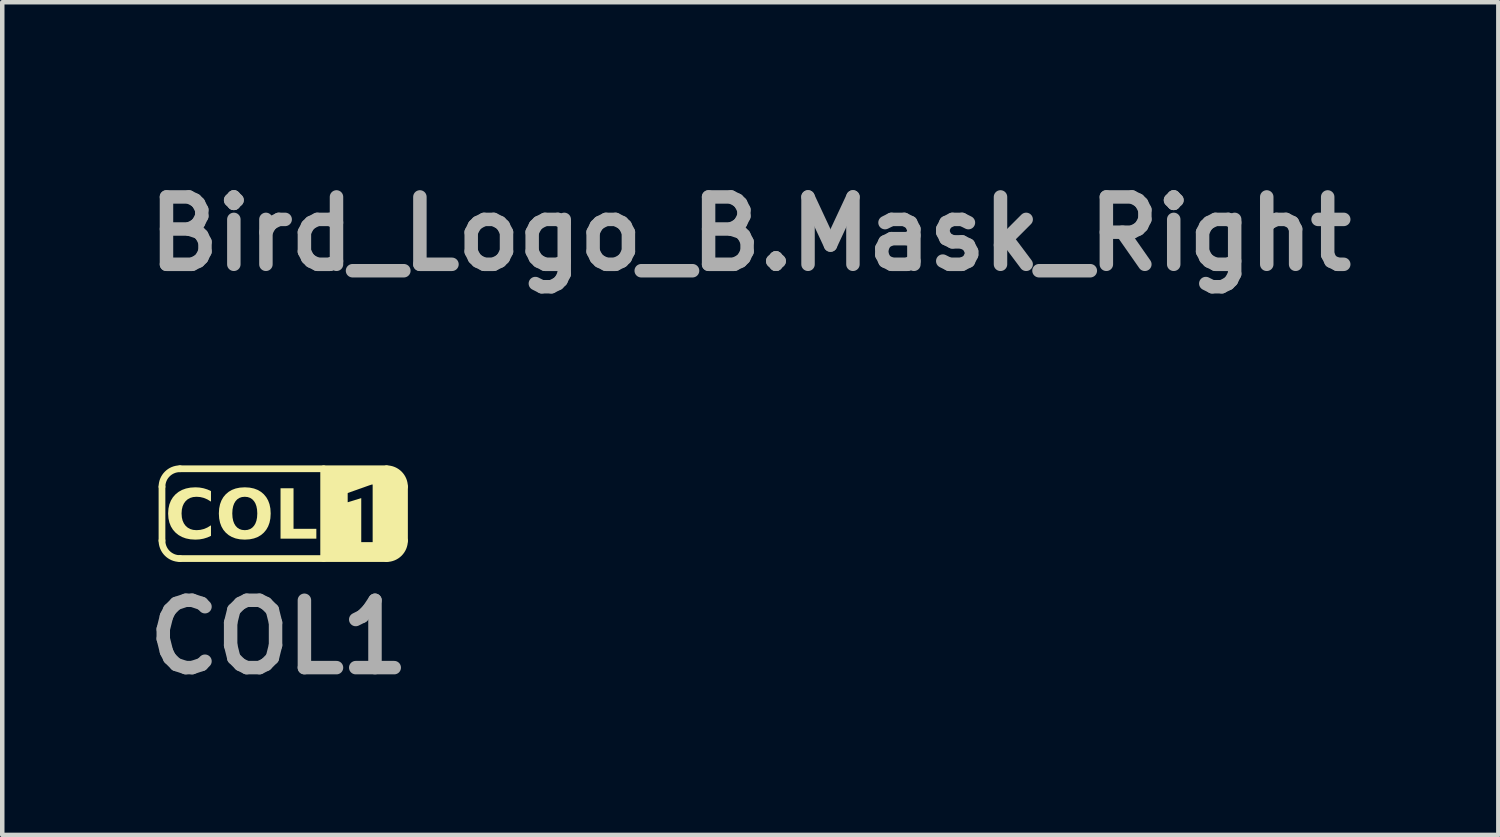
<source format=kicad_pcb>
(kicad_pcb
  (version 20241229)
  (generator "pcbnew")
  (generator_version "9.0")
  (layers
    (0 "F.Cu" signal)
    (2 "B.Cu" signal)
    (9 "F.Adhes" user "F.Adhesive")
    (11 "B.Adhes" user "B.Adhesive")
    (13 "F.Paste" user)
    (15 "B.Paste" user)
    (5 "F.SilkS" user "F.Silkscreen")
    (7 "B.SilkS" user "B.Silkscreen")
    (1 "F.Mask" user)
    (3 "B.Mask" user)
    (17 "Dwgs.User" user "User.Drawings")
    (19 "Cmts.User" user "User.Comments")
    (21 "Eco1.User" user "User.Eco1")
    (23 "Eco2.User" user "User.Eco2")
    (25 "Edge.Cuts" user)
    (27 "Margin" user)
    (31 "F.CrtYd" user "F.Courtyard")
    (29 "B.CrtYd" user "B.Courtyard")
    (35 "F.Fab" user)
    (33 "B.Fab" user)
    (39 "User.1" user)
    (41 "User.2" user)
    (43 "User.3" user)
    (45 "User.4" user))
  (footprint "COL1"
    (layer "F.Cu")
    (at 3.257 8.388)
    (property "Reference" "COL1" (at -0.1 2.75 0) (layer "F.Fab") (effects (font (size 1.5 1.5) (thickness 0.3))))
    (attr board_only exclude_from_pos_files exclude_from_bom)
    (fp_line (start -2.7 -0.6) (end -2.7 0.6) (stroke (width 0.15) (type default)) (layer "F.SilkS"))
    (fp_line (start -2.3 -1) (end 2.3 -1) (stroke (width 0.15) (type default)) (layer "F.SilkS"))
    (fp_line (start -2.3 1) (end 2.3 1) (stroke (width 0.15) (type default)) (layer "F.SilkS"))
    (fp_line (start 0.9 -1) (end 0.9 1) (stroke (width 0.15) (type default)) (layer "F.SilkS"))
    (fp_line (start 2.7 -0.6) (end 2.7 0.6) (stroke (width 0.15) (type default)) (layer "F.SilkS"))
    (fp_arc (start -2.7 -0.6) (mid -2.582843 -0.882843) (end -2.3 -1) (stroke (width 0.15) (type default)) (layer "F.SilkS"))
    (fp_arc (start -2.3 1) (mid -2.582843 0.882843) (end -2.7 0.6) (stroke (width 0.15) (type default)) (layer "F.SilkS"))
    (fp_arc (start 2.3 -1) (mid 2.582843 -0.882843) (end 2.7 -0.6) (stroke (width 0.15) (type default)) (layer "F.SilkS"))
    (fp_arc (start 2.7 0.6) (mid 2.582843 0.882843) (end 2.3 1) (stroke (width 0.15) (type default)) (layer "F.SilkS"))
    (fp_poly (pts (xy 2.583 -0.883) (xy 2.7 -0.6) (xy 2.7 0) (xy 2.7 0.6) (xy 2.583 0.883) (xy 2.3 1) (xy 1.782 1) (xy 0.9 1) (xy 0.9 0) (xy 0.9 -0.356) (xy 1.435 -0.356) (xy 1.435 -0.336) (xy 1.435 -0.318) (xy 1.435 -0.301) (xy 1.435 -0.286) (xy 1.435 -0.274) (xy 1.435 -0.264) (xy 1.436 -0.258) (xy 1.436 -0.254) (xy 1.436 -0.254) (xy 1.438 -0.254) (xy 1.443 -0.256) (xy 1.451 -0.258) (xy 1.462 -0.262) (xy 1.475 -0.266) (xy 1.49 -0.27) (xy 1.508 -0.276) (xy 1.527 -0.281) (xy 1.547 -0.288) (xy 1.568 -0.294) (xy 1.583 -0.299) (xy 1.606 -0.306) (xy 1.627 -0.312) (xy 1.647 -0.318) (xy 1.665 -0.324) (xy 1.682 -0.329) (xy 1.697 -0.334) (xy 1.71 -0.338) (xy 1.72 -0.341) (xy 1.727 -0.343) (xy 1.732 -0.345) (xy 1.733 -0.345) (xy 1.737 -0.346) (xy 1.737 0.144) (xy 1.737 0.634) (xy 1.864 0.634) (xy 1.991 0.634) (xy 1.991 -0.007) (xy 1.991 -0.648) (xy 1.978 -0.648) (xy 1.976 -0.648) (xy 1.974 -0.648) (xy 1.972 -0.648) (xy 1.969 -0.647) (xy 1.966 -0.646) (xy 1.962 -0.645) (xy 1.957 -0.644) (xy 1.951 -0.642) (xy 1.943 -0.639) (xy 1.935 -0.636) (xy 1.924 -0.633) (xy 1.912 -0.629) (xy 1.898 -0.624) (xy 1.882 -0.618) (xy 1.863 -0.612) (xy 1.842 -0.604) (xy 1.819 -0.596) (xy 1.792 -0.586) (xy 1.763 -0.576) (xy 1.731 -0.564) (xy 1.703 -0.555) (xy 1.673 -0.544) (xy 1.645 -0.534) (xy 1.617 -0.524) (xy 1.591 -0.515) (xy 1.566 -0.506) (xy 1.543 -0.497) (xy 1.521 -0.49) (xy 1.502 -0.483) (xy 1.485 -0.477) (xy 1.47 -0.471) (xy 1.458 -0.467) (xy 1.448 -0.464) (xy 1.442 -0.461) (xy 1.438 -0.46) (xy 1.438 -0.46) (xy 1.437 -0.459) (xy 1.437 -0.458) (xy 1.436 -0.457) (xy 1.436 -0.454) (xy 1.435 -0.45) (xy 1.435 -0.444) (xy 1.435 -0.437) (xy 1.435 -0.427) (xy 1.435 -0.415) (xy 1.435 -0.4) (xy 1.435 -0.382) (xy 1.435 -0.361) (xy 1.435 -0.356) (xy 0.9 -0.356) (xy 0.9 -1) (xy 1.782 -1) (xy 2.3 -1)) (stroke (width 0) (type solid)) (fill yes) (layer "F.SilkS"))
    (fp_text user "COL" (at -0.93 0.1 0) (unlocked yes) (layer "F.SilkS") (effects (font (face "Roboto") (size 1.1 1.1) (thickness 0.2) (bold yes)))))
  (footprint "Bird_Logo_B.Mask_Right"
    (layer "F.Cu")
    (at 13.657 2.157)
    (property "Reference" "Bird_Logo_B.Mask_Right" (at 0 0 0) (layer "F.Fab") (effects (font (size 1.5 1.5) (thickness 0.3))))
    (attr board_only exclude_from_pos_files exclude_from_bom)
    (fp_poly (pts (xy -0.005 0.192) (xy -0.006 0.195) (xy -0.008 0.201) (xy -0.011 0.209) (xy -0.014 0.218) (xy -0.017 0.229) (xy -0.02 0.237) (xy -0.041 0.304) (xy -0.059 0.369) (xy -0.075 0.433) (xy -0.088 0.497) (xy -0.098 0.559) (xy -0.106 0.621) (xy -0.111 0.681) (xy -0.114 0.741) (xy -0.113 0.799) (xy -0.11 0.857) (xy -0.105 0.913) (xy -0.097 0.969) (xy -0.086 1.023) (xy -0.073 1.073) (xy -0.059 1.118) (xy -0.044 1.162) (xy -0.026 1.205) (xy -0.007 1.247) (xy 0.014 1.287) (xy 0.037 1.325) (xy 0.061 1.361) (xy 0.087 1.395) (xy 0.113 1.427) (xy 0.141 1.456) (xy 0.151 1.465) (xy 0.161 1.474) (xy 0.147 1.482) (xy 0.138 1.487) (xy 0.128 1.494) (xy 0.117 1.501) (xy 0.106 1.508) (xy 0.095 1.516) (xy 0.084 1.523) (xy 0.076 1.529) (xy 0.036 1.56) (xy -0.002 1.593) (xy -0.039 1.628) (xy -0.074 1.666) (xy -0.107 1.706) (xy -0.139 1.748) (xy -0.169 1.792) (xy -0.197 1.838) (xy -0.224 1.886) (xy -0.248 1.935) (xy -0.27 1.987) (xy -0.276 2.001) (xy -0.283 2.02) (xy -0.291 2.041) (xy -0.298 2.062) (xy -0.305 2.083) (xy -0.311 2.102) (xy -0.316 2.121) (xy -0.32 2.137) (xy -0.321 2.141) (xy -0.322 2.147) (xy -0.324 2.152) (xy -0.325 2.156) (xy -0.325 2.157) (xy -0.326 2.156) (xy -0.327 2.153) (xy -0.328 2.149) (xy -0.329 2.145) (xy -0.345 2.048) (xy -0.359 1.952) (xy -0.369 1.857) (xy -0.378 1.763) (xy -0.383 1.67) (xy -0.386 1.578) (xy -0.386 1.487) (xy -0.384 1.396) (xy -0.378 1.307) (xy -0.37 1.219) (xy -0.36 1.132) (xy -0.354 1.092) (xy -0.342 1.019) (xy -0.327 0.948) (xy -0.311 0.877) (xy -0.293 0.807) (xy -0.273 0.738) (xy -0.251 0.671) (xy -0.227 0.606) (xy -0.202 0.542) (xy -0.175 0.48) (xy -0.146 0.42) (xy -0.116 0.362) (xy -0.084 0.307) (xy -0.083 0.304) (xy -0.077 0.294) (xy -0.07 0.283) (xy -0.062 0.271) (xy -0.055 0.26) (xy -0.05 0.253) (xy -0.045 0.245) (xy -0.039 0.236) (xy -0.033 0.228) (xy -0.027 0.22) (xy -0.021 0.212) (xy -0.016 0.205) (xy -0.012 0.199) (xy -0.008 0.194) (xy -0.006 0.191) (xy -0.005 0.19)) (stroke (width 0) (type solid)) (fill yes) (layer "B.Mask"))
    (fp_poly (pts (xy -1.661 -2.156) (xy -1.622 -2.155) (xy -1.584 -2.154) (xy -1.564 -2.152) (xy -1.479 -2.146) (xy -1.396 -2.137) (xy -1.314 -2.126) (xy -1.232 -2.112) (xy -1.153 -2.096) (xy -1.074 -2.077) (xy -0.997 -2.057) (xy -0.921 -2.033) (xy -0.847 -2.008) (xy -0.774 -1.98) (xy -0.703 -1.95) (xy -0.634 -1.918) (xy -0.566 -1.883) (xy -0.5 -1.846) (xy -0.436 -1.807) (xy -0.391 -1.778) (xy -0.382 -1.772) (xy -0.373 -1.766) (xy -0.364 -1.76) (xy -0.357 -1.755) (xy -0.349 -1.749) (xy -0.341 -1.744) (xy -0.332 -1.737) (xy -0.323 -1.731) (xy -0.313 -1.723) (xy -0.302 -1.715) (xy -0.289 -1.705) (xy -0.274 -1.694) (xy -0.265 -1.687) (xy -0.209 -1.645) (xy -0.155 -1.606) (xy -0.102 -1.568) (xy -0.05 -1.532) (xy 0.000326 -1.497) (xy 0.051 -1.463) (xy 0.101 -1.43) (xy 0.151 -1.397) (xy 0.201 -1.366) (xy 0.227 -1.35) (xy 0.286 -1.315) (xy 0.344 -1.28) (xy 0.402 -1.248) (xy 0.459 -1.217) (xy 0.515 -1.187) (xy 0.57 -1.16) (xy 0.625 -1.134) (xy 0.677 -1.11) (xy 0.728 -1.087) (xy 0.778 -1.067) (xy 0.826 -1.049) (xy 0.83 -1.048) (xy 0.842 -1.044) (xy 0.854 -1.04) (xy 0.865 -1.036) (xy 0.876 -1.032) (xy 0.887 -1.029) (xy 0.896 -1.026) (xy 0.904 -1.024) (xy 0.91 -1.022) (xy 0.914 -1.022) (xy 0.916 -1.022) (xy 0.917 -1.023) (xy 0.919 -1.026) (xy 0.922 -1.031) (xy 0.926 -1.037) (xy 0.928 -1.04) (xy 0.949 -1.07) (xy 0.972 -1.1) (xy 0.997 -1.13) (xy 1.024 -1.16) (xy 1.052 -1.188) (xy 1.08 -1.216) (xy 1.101 -1.235) (xy 1.12 -1.25) (xy 1.14 -1.265) (xy 1.16 -1.281) (xy 1.181 -1.295) (xy 1.202 -1.309) (xy 1.222 -1.321) (xy 1.227 -1.324) (xy 1.265 -1.344) (xy 1.303 -1.361) (xy 1.341 -1.375) (xy 1.38 -1.386) (xy 1.418 -1.395) (xy 1.457 -1.401) (xy 1.496 -1.403) (xy 1.535 -1.403) (xy 1.574 -1.4) (xy 1.614 -1.394) (xy 1.647 -1.387) (xy 1.686 -1.376) (xy 1.725 -1.362) (xy 1.764 -1.345) (xy 1.803 -1.326) (xy 1.842 -1.304) (xy 1.881 -1.279) (xy 1.921 -1.251) (xy 1.96 -1.22) (xy 1.979 -1.204) (xy 2 -1.186) (xy 1.977 -1.185) (xy 1.938 -1.182) (xy 1.901 -1.177) (xy 1.863 -1.168) (xy 1.827 -1.157) (xy 1.792 -1.144) (xy 1.758 -1.128) (xy 1.726 -1.11) (xy 1.695 -1.089) (xy 1.665 -1.066) (xy 1.637 -1.041) (xy 1.611 -1.013) (xy 1.587 -0.983) (xy 1.564 -0.951) (xy 1.544 -0.917) (xy 1.525 -0.881) (xy 1.508 -0.842) (xy 1.494 -0.804) (xy 1.484 -0.773) (xy 1.475 -0.741) (xy 1.467 -0.708) (xy 1.461 -0.674) (xy 1.455 -0.638) (xy 1.45 -0.601) (xy 1.446 -0.56) (xy 1.445 -0.546) (xy 1.443 -0.522) (xy 1.441 -0.5) (xy 1.437 -0.479) (xy 1.434 -0.459) (xy 1.429 -0.44) (xy 1.426 -0.428) (xy 1.416 -0.398) (xy 1.405 -0.368) (xy 1.392 -0.339) (xy 1.377 -0.311) (xy 1.36 -0.282) (xy 1.341 -0.254) (xy 1.319 -0.227) (xy 1.296 -0.199) (xy 1.27 -0.171) (xy 1.242 -0.144) (xy 1.211 -0.116) (xy 1.178 -0.088) (xy 1.142 -0.059) (xy 1.104 -0.03) (xy 1.088 -0.019) (xy 1.079 -0.012) (xy 1.068 -0.005) (xy 1.057 0.003) (xy 1.044 0.012) (xy 1.031 0.021) (xy 1.017 0.031) (xy 1.001 0.042) (xy 0.983 0.054) (xy 0.964 0.067) (xy 0.942 0.081) (xy 0.919 0.096) (xy 0.901 0.109) (xy 0.876 0.125) (xy 0.853 0.141) (xy 0.832 0.155) (xy 0.812 0.168) (xy 0.795 0.18) (xy 0.778 0.191) (xy 0.763 0.202) (xy 0.749 0.212) (xy 0.735 0.221) (xy 0.722 0.231) (xy 0.709 0.24) (xy 0.696 0.25) (xy 0.683 0.26) (xy 0.672 0.268) (xy 0.622 0.306) (xy 0.574 0.345) (xy 0.53 0.384) (xy 0.488 0.424) (xy 0.448 0.464) (xy 0.411 0.504) (xy 0.377 0.545) (xy 0.344 0.587) (xy 0.314 0.63) (xy 0.285 0.673) (xy 0.259 0.718) (xy 0.249 0.736) (xy 0.223 0.787) (xy 0.2 0.84) (xy 0.178 0.894) (xy 0.159 0.95) (xy 0.143 1.008) (xy 0.128 1.068) (xy 0.116 1.129) (xy 0.114 1.143) (xy 0.108 1.175) (xy 0.107 1.165) (xy 0.104 1.148) (xy 0.101 1.128) (xy 0.098 1.106) (xy 0.095 1.083) (xy 0.093 1.058) (xy 0.09 1.032) (xy 0.087 1.005) (xy 0.085 0.978) (xy 0.083 0.951) (xy 0.081 0.927) (xy 0.079 0.884) (xy 0.077 0.84) (xy 0.076 0.794) (xy 0.076 0.749) (xy 0.076 0.704) (xy 0.077 0.659) (xy 0.078 0.617) (xy 0.08 0.576) (xy 0.081 0.573) (xy 0.086 0.499) (xy 0.094 0.426) (xy 0.104 0.356) (xy 0.115 0.287) (xy 0.129 0.221) (xy 0.144 0.157) (xy 0.162 0.095) (xy 0.181 0.034) (xy 0.202 -0.024) (xy 0.225 -0.08) (xy 0.248 -0.128) (xy 0.252 -0.137) (xy 0.256 -0.145) (xy 0.259 -0.151) (xy 0.261 -0.156) (xy 0.263 -0.16) (xy 0.263 -0.161) (xy 0.262 -0.161) (xy 0.258 -0.161) (xy 0.253 -0.161) (xy 0.248 -0.162) (xy 0.181 -0.167) (xy 0.114 -0.175) (xy 0.047 -0.185) (xy -0.02 -0.198) (xy -0.087 -0.213) (xy -0.152 -0.231) (xy -0.216 -0.25) (xy -0.279 -0.272) (xy -0.319 -0.287) (xy -0.378 -0.312) (xy -0.435 -0.338) (xy -0.49 -0.366) (xy -0.542 -0.396) (xy -0.592 -0.428) (xy -0.64 -0.462) (xy -0.686 -0.497) (xy -0.729 -0.534) (xy -0.77 -0.573) (xy -0.809 -0.613) (xy -0.846 -0.655) (xy -0.88 -0.699) (xy -0.912 -0.744) (xy -0.913 -0.746) (xy -0.925 -0.764) (xy -0.935 -0.781) (xy -0.945 -0.797) (xy -0.954 -0.813) (xy -0.963 -0.83) (xy -0.973 -0.849) (xy -0.976 -0.855) (xy -0.987 -0.878) (xy -0.997 -0.899) (xy -1.007 -0.921) (xy -1.016 -0.942) (xy -1.024 -0.964) (xy -1.033 -0.987) (xy -1.041 -1.012) (xy -1.049 -1.038) (xy -1.058 -1.067) (xy -1.06 -1.075) (xy -1.082 -1.142) (xy -1.105 -1.209) (xy -1.131 -1.274) (xy -1.16 -1.337) (xy -1.19 -1.399) (xy -1.223 -1.459) (xy -1.258 -1.518) (xy -1.295 -1.574) (xy -1.334 -1.629) (xy -1.353 -1.655) (xy -1.395 -1.707) (xy -1.44 -1.757) (xy -1.485 -1.805) (xy -1.533 -1.851) (xy -1.583 -1.894) (xy -1.634 -1.935) (xy -1.686 -1.974) (xy -1.741 -2.011) (xy -1.796 -2.045) (xy -1.813 -2.054) (xy -1.835 -2.066) (xy -1.858 -2.079) (xy -1.882 -2.09) (xy -1.906 -2.102) (xy -1.929 -2.112) (xy -1.951 -2.122) (xy -1.972 -2.13) (xy -1.981 -2.133) (xy -1.988 -2.136) (xy -1.993 -2.138) (xy -1.997 -2.139) (xy -2 -2.14) (xy -2 -2.14) (xy -1.998 -2.141) (xy -1.994 -2.141) (xy -1.988 -2.142) (xy -1.98 -2.143) (xy -1.971 -2.144) (xy -1.961 -2.145) (xy -1.95 -2.146) (xy -1.94 -2.147) (xy -1.932 -2.148) (xy -1.897 -2.151) (xy -1.86 -2.153) (xy -1.822 -2.155) (xy -1.782 -2.156) (xy -1.741 -2.157) (xy -1.701 -2.157)) (stroke (width 0) (type solid)) (fill yes) (layer "B.Mask")))
  (gr_rect
    (start -3 -3)
    (end 30.314 15.542)
    (stroke (width 0.1) (type default))
    (fill no)
    (layer "Edge.Cuts")))
</source>
